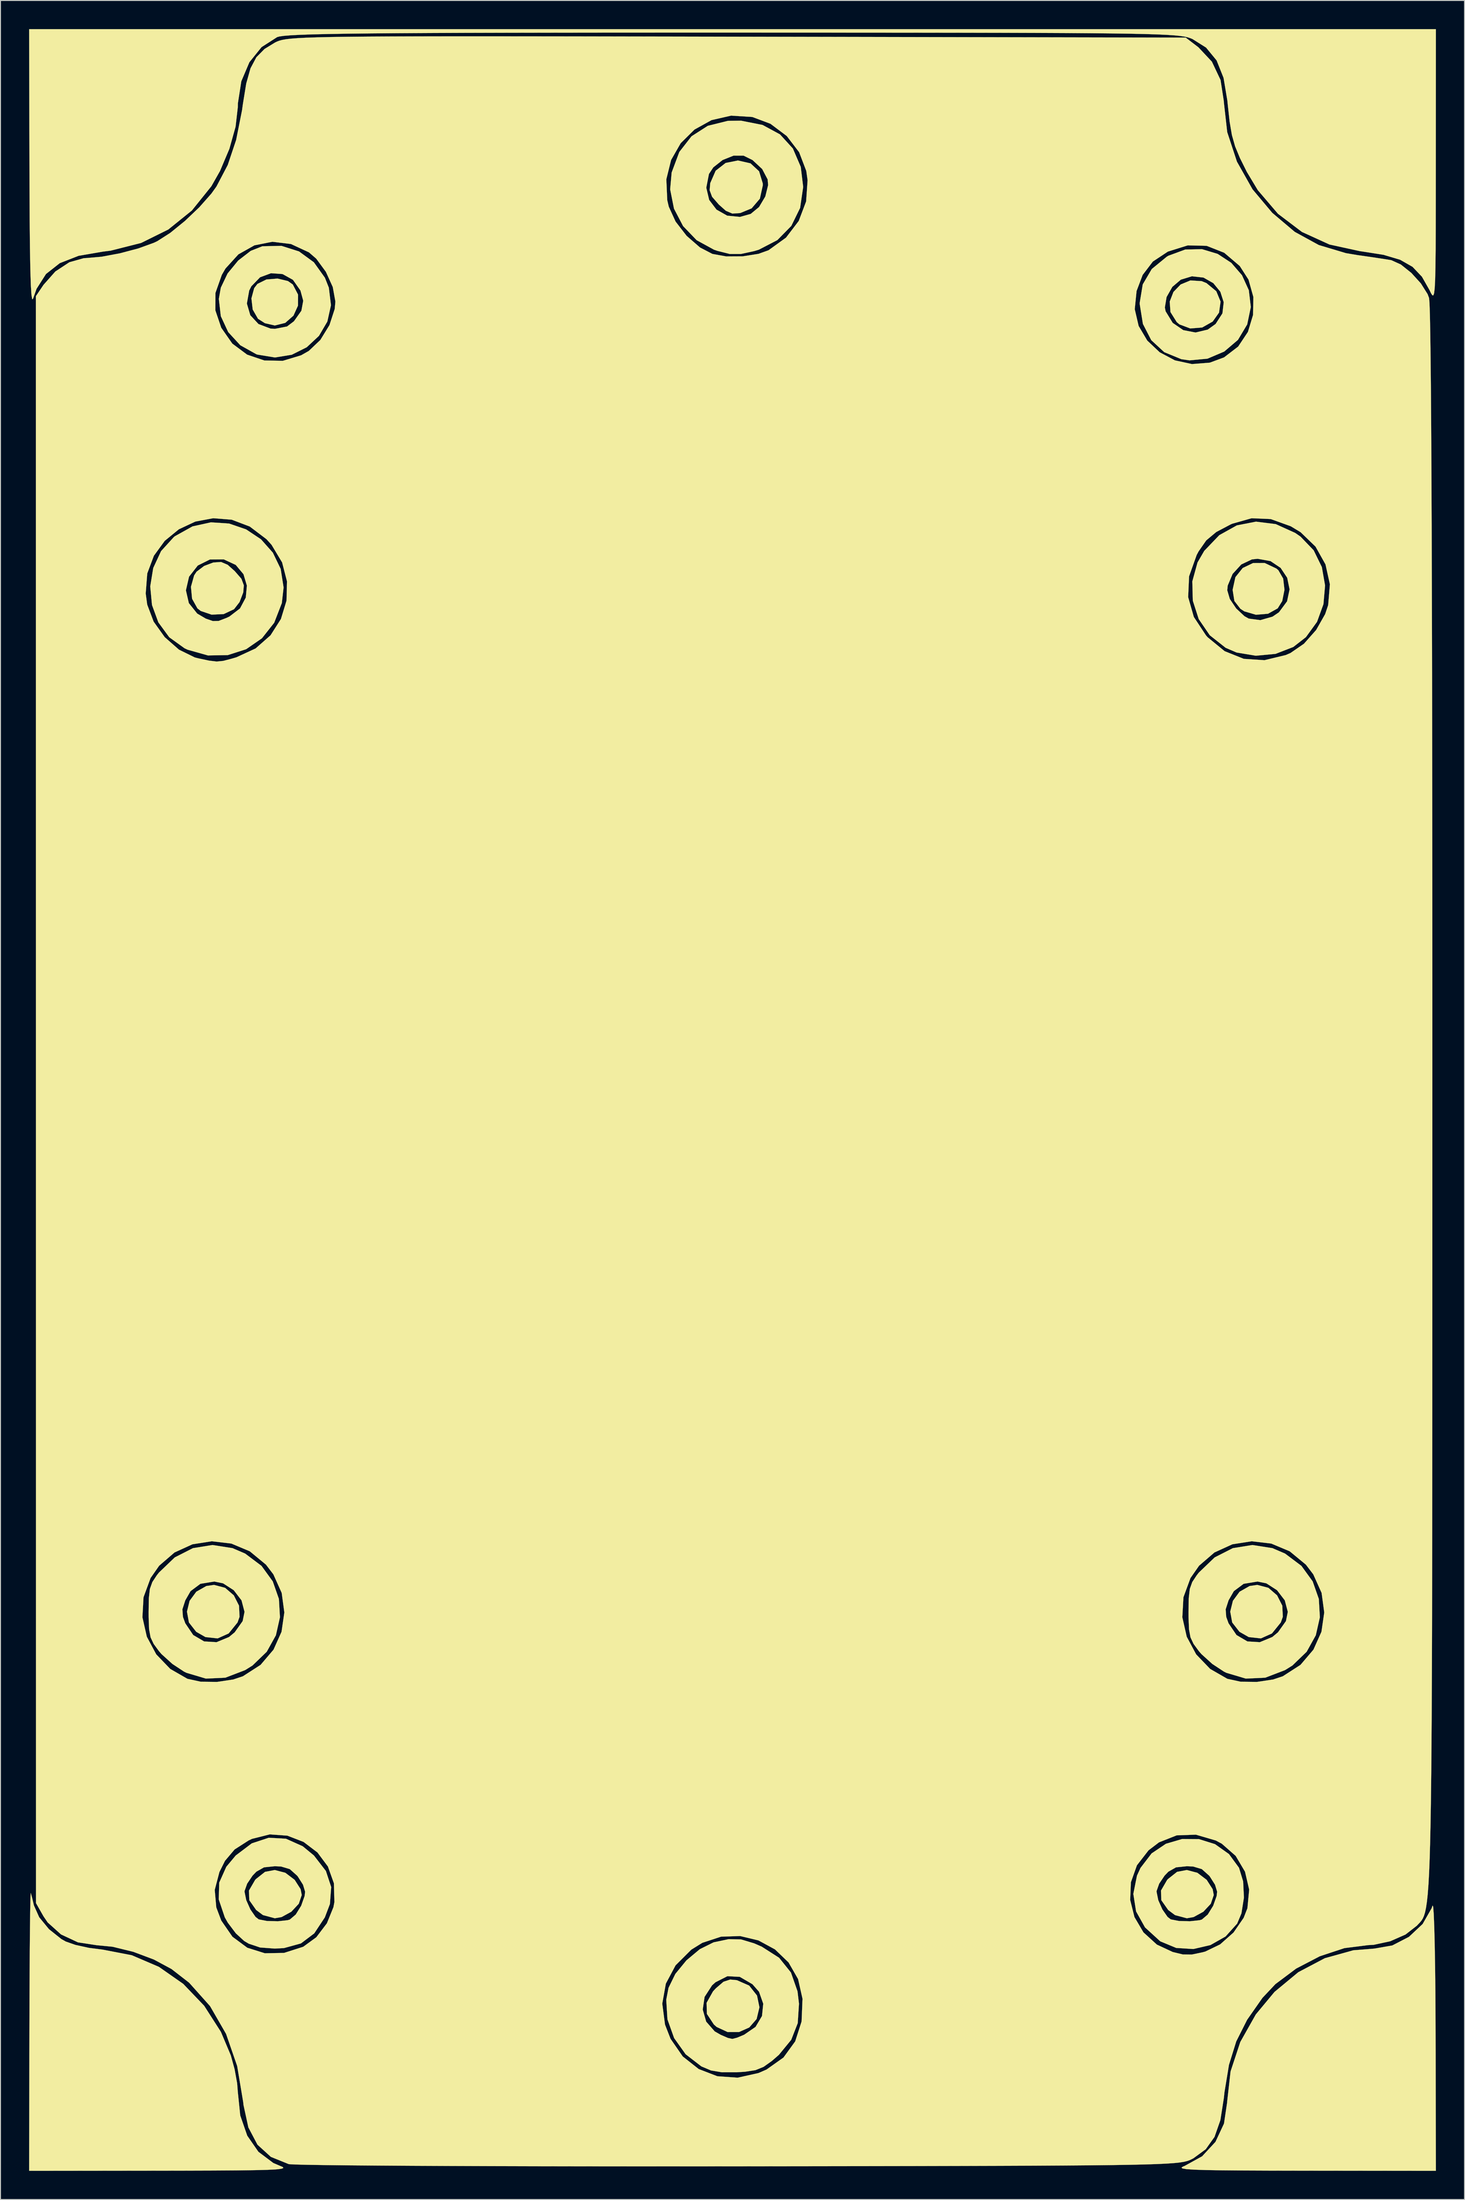
<source format=kicad_pcb>
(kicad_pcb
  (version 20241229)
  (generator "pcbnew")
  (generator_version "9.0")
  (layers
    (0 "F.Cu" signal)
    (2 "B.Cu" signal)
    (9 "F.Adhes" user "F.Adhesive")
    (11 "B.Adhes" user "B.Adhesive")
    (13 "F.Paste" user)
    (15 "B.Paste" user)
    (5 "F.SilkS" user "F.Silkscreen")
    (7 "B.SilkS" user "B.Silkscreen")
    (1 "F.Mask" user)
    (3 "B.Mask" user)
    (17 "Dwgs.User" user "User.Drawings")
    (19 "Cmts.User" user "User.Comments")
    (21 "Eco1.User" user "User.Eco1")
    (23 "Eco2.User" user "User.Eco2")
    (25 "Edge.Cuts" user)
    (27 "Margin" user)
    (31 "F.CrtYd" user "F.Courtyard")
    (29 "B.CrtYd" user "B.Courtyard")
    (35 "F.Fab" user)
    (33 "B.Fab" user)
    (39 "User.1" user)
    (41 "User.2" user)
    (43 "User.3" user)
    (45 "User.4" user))
  (footprint "traced box2"
    (layer "F.Cu")
    (at 73.736 112.188)
    (property "Reference" "traced box2" (at 0 0 0) (layer "F.SilkS") (effects (font (size 1.524 1.524) (thickness 0.3))))
    (attr through_hole)
    (fp_poly (pts (xy -53.189 51.106) (xy -52.276 51.895) (xy -51.731 52.972) (xy -51.675 54.142) (xy -51.886 54.736) (xy -52.815 55.886) (xy -53.972 56.406) (xy -55.247 56.268) (xy -56.22 55.713) (xy -56.981 54.74) (xy -57.188 53.6) (xy -56.91 52.468) (xy -56.211 51.516) (xy -55.157 50.917) (xy -54.347 50.8) (xy -53.189 51.106)) (stroke (width 0.01) (type solid)) (fill yes) (layer "F.SilkS"))
    (fp_poly (pts (xy -46.604 -85.795) (xy -46.092 -85.433) (xy -45.542 -84.375) (xy -45.547 -83.223) (xy -46.023 -82.171) (xy -46.885 -81.412) (xy -47.978 -81.139) (xy -49.014 -81.378) (xy -49.742 -81.844) (xy -50.296 -82.809) (xy -50.431 -83.979) (xy -50.141 -85.054) (xy -49.802 -85.494) (xy -48.863 -85.958) (xy -47.691 -86.056) (xy -46.604 -85.795)) (stroke (width 0.01) (type solid)) (fill yes) (layer "F.SilkS"))
    (fp_poly (pts (xy 49.18 -85.784) (xy 49.681 -85.58) (xy 50.712 -84.727) (xy 51.161 -83.641) (xy 50.999 -82.486) (xy 50.336 -81.553) (xy 49.233 -80.928) (xy 47.984 -80.827) (xy 46.851 -81.253) (xy 46.567 -81.492) (xy 45.909 -82.542) (xy 45.828 -83.641) (xy 46.219 -84.652) (xy 46.978 -85.437) (xy 48 -85.86) (xy 49.18 -85.784)) (stroke (width 0.01) (type solid)) (fill yes) (layer "F.SilkS"))
    (fp_poly (pts (xy 56.173 51.106) (xy 57.085 51.895) (xy 57.63 52.972) (xy 57.686 54.142) (xy 57.475 54.736) (xy 56.547 55.886) (xy 55.389 56.406) (xy 54.114 56.268) (xy 53.141 55.713) (xy 52.38 54.74) (xy 52.173 53.6) (xy 52.452 52.468) (xy 53.151 51.516) (xy 54.204 50.917) (xy 55.014 50.8) (xy 56.173 51.106)) (stroke (width 0.01) (type solid)) (fill yes) (layer "F.SilkS"))
    (fp_poly (pts (xy -46.875 80.96) (xy -45.9 81.697) (xy -45.273 82.675) (xy -45.156 83.291) (xy -45.466 84.204) (xy -46.245 85.038) (xy -47.267 85.599) (xy -47.978 85.725) (xy -49.216 85.395) (xy -49.934 84.859) (xy -50.652 83.838) (xy -50.691 82.824) (xy -50.05 81.719) (xy -49.974 81.629) (xy -49.002 80.861) (xy -47.978 80.669) (xy -46.875 80.96)) (stroke (width 0.01) (type solid)) (fill yes) (layer "F.SilkS"))
    (fp_poly (pts (xy 0.455 92.211) (xy 1.746 92.777) (xy 2.568 93.817) (xy 2.822 95.051) (xy 2.527 96.279) (xy 1.756 97.165) (xy 0.685 97.643) (xy -0.513 97.646) (xy -1.664 97.111) (xy -1.956 96.854) (xy -2.688 95.741) (xy -2.717 94.58) (xy -2.047 93.386) (xy -1.75 93.065) (xy -0.946 92.375) (xy -0.246 92.144) (xy 0.455 92.211)) (stroke (width 0.01) (type solid)) (fill yes) (layer "F.SilkS"))
    (fp_poly (pts (xy 1.884 -98.126) (xy 2.784 -97.296) (xy 3.168 -96.036) (xy 3.175 -95.818) (xy 2.868 -94.423) (xy 2.006 -93.413) (xy 0.808 -92.917) (xy -0.014 -92.862) (xy -0.699 -93.155) (xy -1.438 -93.812) (xy -2.144 -94.623) (xy -2.397 -95.308) (xy -2.333 -96.058) (xy -1.767 -97.352) (xy -0.718 -98.169) (xy 0.568 -98.425) (xy 1.884 -98.126)) (stroke (width 0.01) (type solid)) (fill yes) (layer "F.SilkS"))
    (fp_poly (pts (xy 48.727 80.96) (xy 49.702 81.697) (xy 50.33 82.675) (xy 50.447 83.291) (xy 50.137 84.204) (xy 49.358 85.038) (xy 48.336 85.599) (xy 47.625 85.725) (xy 46.387 85.395) (xy 45.669 84.859) (xy 44.951 83.838) (xy 44.912 82.824) (xy 45.552 81.719) (xy 45.629 81.629) (xy 46.6 80.861) (xy 47.625 80.669) (xy 48.727 80.96)) (stroke (width 0.01) (type solid)) (fill yes) (layer "F.SilkS"))
    (fp_poly (pts (xy 57.004 -55.68) (xy 57.215 -55.504) (xy 57.723 -54.625) (xy 57.859 -53.449) (xy 57.626 -52.274) (xy 57.15 -51.506) (xy 56.134 -50.94) (xy 54.87 -50.834) (xy 53.645 -51.192) (xy 53.238 -51.46) (xy 52.608 -52.274) (xy 52.423 -53.446) (xy 52.715 -54.775) (xy 53.482 -55.733) (xy 54.561 -56.25) (xy 55.789 -56.256) (xy 57.004 -55.68)) (stroke (width 0.01) (type solid)) (fill yes) (layer "F.SilkS"))
    (fp_poly (pts (xy -52.924 -56.07) (xy -52.184 -55.413) (xy -51.478 -54.602) (xy -51.225 -53.917) (xy -51.289 -53.167) (xy -51.675 -52.163) (xy -52.251 -51.417) (xy -53.337 -50.905) (xy -54.603 -50.845) (xy -55.744 -51.232) (xy -56.092 -51.506) (xy -56.652 -52.511) (xy -56.77 -53.765) (xy -56.437 -54.958) (xy -56.18 -55.346) (xy -55.388 -55.948) (xy -54.43 -56.308) (xy -53.609 -56.363) (xy -52.924 -56.07)) (stroke (width 0.01) (type solid)) (fill yes) (layer "F.SilkS"))
    (fp_poly (pts (xy 73.446 84.514) (xy 73.506 85.281) (xy 73.56 86.626) (xy 73.608 88.483) (xy 73.648 90.789) (xy 73.678 93.48) (xy 73.696 96.491) (xy 73.7 97.808) (xy 73.731 112.183) (xy 59.884 112.168) (xy 56.392 112.162) (xy 53.551 112.15) (xy 51.305 112.131) (xy 49.598 112.102) (xy 48.376 112.061) (xy 47.583 112.007) (xy 47.163 111.935) (xy 47.063 111.845) (xy 47.225 111.735) (xy 47.394 111.669) (xy 49.227 110.661) (xy 50.623 109.151) (xy 51.519 107.234) (xy 51.85 105.006) (xy 51.851 104.937) (xy 52.209 101.769) (xy 53.227 98.685) (xy 54.857 95.794) (xy 56.815 93.439) (xy 59.309 91.373) (xy 62.091 89.907) (xy 65.072 89.079) (xy 67.287 88.9) (xy 69.165 88.571) (xy 70.908 87.67) (xy 72.34 86.326) (xy 73.288 84.668) (xy 73.382 84.387) (xy 73.446 84.514)) (stroke (width 0.01) (type solid)) (fill yes) (layer "F.SilkS"))
    (fp_poly (pts (xy -45.441 -88.897) (xy -43.883 -87.759) (xy -42.728 -86.144) (xy -42.315 -85.099) (xy -42.093 -83.264) (xy -42.472 -81.55) (xy -43.351 -80.052) (xy -44.626 -78.862) (xy -46.196 -78.076) (xy -47.957 -77.787) (xy -49.806 -78.09) (xy -49.918 -78.129) (xy -51.597 -79.069) (xy -52.864 -80.446) (xy -53.639 -82.113) (xy -53.79 -83.436) (xy -50.907 -83.436) (xy -50.549 -82.214) (xy -49.69 -81.29) (xy -48.434 -80.817) (xy -47.978 -80.786) (xy -46.696 -81.035) (xy -45.975 -81.58) (xy -45.192 -82.687) (xy -45 -83.73) (xy -45.292 -84.802) (xy -46.078 -85.921) (xy -47.166 -86.526) (xy -48.376 -86.615) (xy -49.526 -86.188) (xy -50.437 -85.247) (xy -50.663 -84.802) (xy -50.907 -83.436) (xy -53.79 -83.436) (xy -53.846 -83.923) (xy -53.64 -85.099) (xy -52.928 -86.591) (xy -51.818 -87.941) (xy -50.499 -88.96) (xy -49.283 -89.439) (xy -47.282 -89.482) (xy -45.441 -88.897)) (stroke (width 0.01) (type solid)) (fill yes) (layer "F.SilkS"))
    (fp_poly (pts (xy 50.855 -88.639) (xy 52.285 -87.701) (xy 53.406 -86.404) (xy 54.121 -84.833) (xy 54.331 -83.075) (xy 53.952 -81.25) (xy 52.984 -79.632) (xy 51.545 -78.409) (xy 49.795 -77.664) (xy 47.896 -77.485) (xy 47.048 -77.608) (xy 45.256 -78.344) (xy 43.894 -79.602) (xy 43.019 -81.303) (xy 42.742 -83.029) (xy 45.32 -83.029) (xy 45.399 -82.628) (xy 46.145 -81.41) (xy 47.25 -80.653) (xy 48.533 -80.404) (xy 49.815 -80.708) (xy 50.64 -81.299) (xy 51.356 -82.41) (xy 51.489 -83.576) (xy 51.137 -84.673) (xy 50.398 -85.575) (xy 49.371 -86.157) (xy 48.154 -86.293) (xy 46.996 -85.941) (xy 46.105 -85.184) (xy 45.502 -84.122) (xy 45.32 -83.029) (xy 42.742 -83.029) (xy 42.687 -83.372) (xy 42.686 -83.521) (xy 43.002 -85.447) (xy 43.949 -87.057) (xy 45.524 -88.348) (xy 45.695 -88.448) (xy 47.462 -89.098) (xy 49.215 -89.134) (xy 50.855 -88.639)) (stroke (width 0.01) (type solid)) (fill yes) (layer "F.SilkS"))
    (fp_poly (pts (xy -73.398 83.668) (xy -73.232 84.375) (xy -72.676 85.619) (xy -71.65 86.869) (xy -70.351 87.904) (xy -69.894 88.161) (xy -68.883 88.515) (xy -67.476 88.822) (xy -66.025 89.009) (xy -62.971 89.597) (xy -60.13 90.814) (xy -57.575 92.6) (xy -55.383 94.891) (xy -53.629 97.626) (xy -52.591 100.09) (xy -52.193 101.544) (xy -51.927 103.017) (xy -51.858 103.902) (xy -51.603 106.381) (xy -50.867 108.504) (xy -49.696 110.191) (xy -48.135 111.363) (xy -47.449 111.657) (xy -47.152 111.782) (xy -47.078 111.884) (xy -47.284 111.967) (xy -47.824 112.031) (xy -48.756 112.08) (xy -50.133 112.115) (xy -52.012 112.14) (xy -54.448 112.155) (xy -57.498 112.164) (xy -59.884 112.168) (xy -73.731 112.183) (xy -73.703 97.455) (xy -73.694 94.325) (xy -73.681 91.438) (xy -73.664 88.865) (xy -73.643 86.678) (xy -73.621 84.947) (xy -73.596 83.742) (xy -73.571 83.135) (xy -73.557 83.079) (xy -73.398 83.668)) (stroke (width 0.01) (type solid)) (fill yes) (layer "F.SilkS"))
    (fp_poly (pts (xy 3.152 -102.148) (xy 4.978 -101.159) (xy 6.328 -99.678) (xy 7.154 -97.758) (xy 7.408 -95.654) (xy 7.086 -93.455) (xy 6.163 -91.571) (xy 4.701 -90.086) (xy 2.766 -89.082) (xy 2.293 -88.937) (xy 0.871 -88.629) (xy -0.293 -88.63) (xy -1.581 -88.954) (xy -1.94 -89.077) (xy -3.758 -90.072) (xy -5.183 -91.554) (xy -6.136 -93.377) (xy -6.536 -95.396) (xy -6.521 -95.573) (xy -2.75 -95.573) (xy -2.446 -94.29) (xy -1.676 -93.276) (xy -0.56 -92.646) (xy 0.782 -92.514) (xy 1.907 -92.829) (xy 2.78 -93.548) (xy 3.438 -94.654) (xy 3.732 -95.847) (xy 3.684 -96.438) (xy 3.108 -97.531) (xy 2.097 -98.47) (xy 1.156 -98.934) (xy 0.11 -98.933) (xy -1.036 -98.475) (xy -2.013 -97.704) (xy -2.47 -97.012) (xy -2.75 -95.573) (xy -6.521 -95.573) (xy -6.38 -97.169) (xy -5.576 -99.32) (xy -4.296 -100.961) (xy -2.589 -102.058) (xy -0.501 -102.575) (xy 0.9 -102.593) (xy 3.152 -102.148)) (stroke (width 0.01) (type solid)) (fill yes) (layer "F.SilkS"))
    (fp_poly (pts (xy 56.943 -60.331) (xy 58.979 -59.409) (xy 59.535 -59.026) (xy 60.92 -57.587) (xy 61.777 -55.832) (xy 62.115 -53.903) (xy 61.944 -51.942) (xy 61.272 -50.091) (xy 60.109 -48.49) (xy 58.785 -47.458) (xy 56.921 -46.736) (xy 54.856 -46.542) (xy 52.839 -46.878) (xy 51.692 -47.372) (xy 50.028 -48.686) (xy 48.871 -50.377) (xy 48.25 -52.305) (xy 48.222 -53.405) (xy 51.86 -53.405) (xy 52.128 -52.49) (xy 52.8 -51.491) (xy 53.668 -50.682) (xy 54.112 -50.433) (xy 55.33 -50.271) (xy 56.606 -50.636) (xy 57.279 -51.092) (xy 58.13 -52.241) (xy 58.394 -53.495) (xy 58.144 -54.71) (xy 57.454 -55.745) (xy 56.396 -56.455) (xy 55.044 -56.698) (xy 54.444 -56.633) (xy 53.33 -56.104) (xy 52.421 -55.11) (xy 51.91 -53.892) (xy 51.86 -53.405) (xy 48.222 -53.405) (xy 48.198 -54.329) (xy 48.744 -56.312) (xy 49.447 -57.526) (xy 51.025 -59.172) (xy 52.866 -60.198) (xy 54.872 -60.589) (xy 56.943 -60.331)) (stroke (width 0.01) (type solid)) (fill yes) (layer "F.SilkS"))
    (fp_poly (pts (xy -52.77 -60.391) (xy -50.988 -59.779) (xy -49.427 -58.741) (xy -48.185 -57.34) (xy -47.363 -55.638) (xy -47.058 -53.696) (xy -47.243 -52.056) (xy -48.041 -49.999) (xy -49.325 -48.372) (xy -50.984 -47.224) (xy -52.909 -46.607) (xy -54.989 -46.572) (xy -57.115 -47.17) (xy -57.443 -47.324) (xy -59.045 -48.477) (xy -60.186 -50.035) (xy -60.854 -51.858) (xy -60.999 -53.395) (xy -57.298 -53.395) (xy -56.99 -52.055) (xy -56.112 -50.958) (xy -55.21 -50.428) (xy -54.473 -50.176) (xy -53.87 -50.188) (xy -53.072 -50.492) (xy -52.738 -50.648) (xy -51.627 -51.498) (xy -51.022 -52.634) (xy -50.906 -53.885) (xy -51.263 -55.083) (xy -52.074 -56.055) (xy -53.325 -56.633) (xy -53.329 -56.634) (xy -54.785 -56.623) (xy -56.053 -55.993) (xy -56.963 -54.829) (xy -56.97 -54.815) (xy -57.298 -53.395) (xy -60.999 -53.395) (xy -61.038 -53.803) (xy -60.724 -55.733) (xy -59.901 -57.505) (xy -58.557 -58.981) (xy -58.455 -59.061) (xy -56.603 -60.094) (xy -54.675 -60.517) (xy -52.77 -60.391)) (stroke (width 0.01) (type solid)) (fill yes) (layer "F.SilkS"))
    (fp_poly (pts (xy 48.895 77.433) (xy 50.577 77.959) (xy 52.041 78.998) (xy 53.093 80.434) (xy 53.527 81.862) (xy 53.609 83.56) (xy 53.349 85.209) (xy 52.899 86.283) (xy 51.687 87.631) (xy 50.098 88.532) (xy 48.311 88.947) (xy 46.508 88.834) (xy 44.869 88.153) (xy 44.799 88.106) (xy 43.24 86.683) (xy 42.304 85.009) (xy 42.015 83.173) (xy 42.061 82.94) (xy 44.45 82.94) (xy 44.629 83.826) (xy 45.065 84.806) (xy 45.606 85.584) (xy 45.942 85.842) (xy 46.804 86.009) (xy 47.946 86.038) (xy 48.956 85.929) (xy 49.197 85.859) (xy 49.816 85.335) (xy 50.387 84.412) (xy 50.749 83.388) (xy 50.8 82.94) (xy 50.578 82.209) (xy 50.037 81.353) (xy 49.955 81.255) (xy 49.192 80.574) (xy 48.277 80.302) (xy 47.625 80.273) (xy 46.493 80.39) (xy 45.694 80.841) (xy 45.295 81.255) (xy 44.726 82.1) (xy 44.454 82.867) (xy 44.45 82.94) (xy 42.061 82.94) (xy 42.396 81.262) (xy 42.765 80.452) (xy 43.932 78.929) (xy 45.434 77.918) (xy 47.135 77.42) (xy 48.895 77.433)) (stroke (width 0.01) (type solid)) (fill yes) (layer "F.SilkS"))
    (fp_poly (pts (xy -52.413 46.949) (xy -51.086 47.519) (xy -49.373 48.807) (xy -48.194 50.43) (xy -47.55 52.266) (xy -47.44 54.19) (xy -47.864 56.077) (xy -48.823 57.803) (xy -50.316 59.244) (xy -51.086 59.725) (xy -53.163 60.522) (xy -55.202 60.617) (xy -57.235 60.012) (xy -57.496 59.884) (xy -58.712 59.083) (xy -59.854 58.051) (xy -60.128 57.735) (xy -60.68 56.982) (xy -61.003 56.295) (xy -61.158 55.444) (xy -61.205 54.199) (xy -61.207 53.622) (xy -61.203 53.361) (xy -57.667 53.361) (xy -57.609 54.151) (xy -57.364 54.821) (xy -56.531 56.053) (xy -55.389 56.722) (xy -54.088 56.801) (xy -52.78 56.261) (xy -52.184 55.766) (xy -51.349 54.591) (xy -51.153 53.622) (xy -51.47 52.418) (xy -52.287 51.355) (xy -53.4 50.637) (xy -54.324 50.447) (xy -55.781 50.687) (xy -56.808 51.452) (xy -57.361 52.416) (xy -57.667 53.361) (xy -61.203 53.361) (xy -61.184 52.183) (xy -61.074 51.219) (xy -60.817 50.501) (xy -60.353 49.797) (xy -60.128 49.51) (xy -58.469 47.921) (xy -56.564 46.951) (xy -54.513 46.62) (xy -52.413 46.949)) (stroke (width 0.01) (type solid)) (fill yes) (layer "F.SilkS"))
    (fp_poly (pts (xy -46.813 77.391) (xy -45.055 78.179) (xy -43.878 79.149) (xy -42.624 80.771) (xy -42.068 82.454) (xy -42.204 84.239) (xy -42.735 85.632) (xy -43.843 87.306) (xy -45.24 88.36) (xy -47.016 88.849) (xy -47.978 88.9) (xy -49.525 88.786) (xy -50.701 88.393) (xy -51.189 88.106) (xy -52.064 87.304) (xy -52.909 86.183) (xy -53.221 85.632) (xy -53.856 83.746) (xy -53.833 82.94) (xy -51.153 82.94) (xy -50.974 83.826) (xy -50.537 84.806) (xy -49.996 85.584) (xy -49.661 85.842) (xy -48.799 86.009) (xy -47.657 86.038) (xy -46.647 85.929) (xy -46.406 85.859) (xy -45.787 85.335) (xy -45.215 84.412) (xy -44.854 83.388) (xy -44.803 82.94) (xy -45.024 82.209) (xy -45.566 81.353) (xy -45.647 81.255) (xy -46.411 80.574) (xy -47.326 80.302) (xy -47.978 80.273) (xy -49.11 80.39) (xy -49.909 80.841) (xy -50.308 81.255) (xy -50.877 82.1) (xy -51.149 82.867) (xy -51.153 82.94) (xy -53.833 82.94) (xy -53.806 81.992) (xy -53.063 80.33) (xy -52.078 79.149) (xy -50.392 77.876) (xy -48.615 77.29) (xy -46.813 77.391)) (stroke (width 0.01) (type solid)) (fill yes) (layer "F.SilkS"))
    (fp_poly (pts (xy 56.595 46.949) (xy 57.922 47.519) (xy 59.636 48.807) (xy 60.814 50.43) (xy 61.459 52.266) (xy 61.569 54.19) (xy 61.144 56.077) (xy 60.186 57.803) (xy 58.692 59.244) (xy 57.922 59.725) (xy 55.845 60.522) (xy 53.806 60.617) (xy 51.773 60.012) (xy 51.513 59.884) (xy 50.296 59.083) (xy 49.155 58.051) (xy 48.88 57.735) (xy 48.328 56.982) (xy 48.005 56.295) (xy 47.85 55.444) (xy 47.803 54.199) (xy 47.801 53.622) (xy 47.806 53.361) (xy 51.694 53.361) (xy 51.753 54.151) (xy 51.997 54.821) (xy 52.83 56.053) (xy 53.972 56.722) (xy 55.273 56.801) (xy 56.581 56.261) (xy 57.177 55.766) (xy 58.013 54.591) (xy 58.208 53.622) (xy 57.891 52.418) (xy 57.075 51.355) (xy 55.961 50.637) (xy 55.037 50.447) (xy 53.58 50.687) (xy 52.553 51.452) (xy 52 52.416) (xy 51.694 53.361) (xy 47.806 53.361) (xy 47.825 52.183) (xy 47.935 51.219) (xy 48.191 50.501) (xy 48.656 49.797) (xy 48.88 49.51) (xy 50.539 47.921) (xy 52.444 46.951) (xy 54.495 46.62) (xy 56.595 46.949)) (stroke (width 0.01) (type solid)) (fill yes) (layer "F.SilkS"))
    (fp_poly (pts (xy 0.893 87.94) (xy 2.266 88.351) (xy 3.064 88.7) (xy 4.884 89.863) (xy 6.124 91.407) (xy 6.813 93.373) (xy 6.968 94.674) (xy 6.836 96.716) (xy 6.156 98.456) (xy 4.864 100.031) (xy 4.125 100.674) (xy 3.258 101.29) (xy 2.405 101.637) (xy 1.286 101.807) (xy 0.421 101.858) (xy -1.122 101.859) (xy -2.255 101.67) (xy -3.26 101.244) (xy -3.269 101.239) (xy -4.914 99.972) (xy -6.121 98.277) (xy -6.821 96.317) (xy -6.884 95.292) (xy -3.122 95.292) (xy -2.758 96.557) (xy -1.866 97.576) (xy -1.243 97.933) (xy -0.479 98.264) (xy -0.015 98.365) (xy 0.485 98.233) (xy 1.218 97.926) (xy 2.413 97.104) (xy 3.091 95.963) (xy 3.221 94.677) (xy 2.777 93.42) (xy 2.09 92.636) (xy 0.763 91.863) (xy -0.534 91.793) (xy -1.781 92.426) (xy -2.144 92.753) (xy -2.928 93.963) (xy -3.122 95.292) (xy -6.884 95.292) (xy -6.947 94.258) (xy -6.708 93.012) (xy -5.993 91.553) (xy -4.831 90.134) (xy -3.431 88.965) (xy -2.004 88.256) (xy -1.939 88.237) (xy -0.4 87.912) (xy 0.893 87.94)) (stroke (width 0.01) (type solid)) (fill yes) (layer "F.SilkS"))
    (fp_poly (pts (xy 73.723 -97.808) (xy 73.72 -94.252) (xy 73.715 -91.344) (xy 73.704 -89.027) (xy 73.684 -87.243) (xy 73.653 -85.935) (xy 73.607 -85.045) (xy 73.544 -84.515) (xy 73.46 -84.289) (xy 73.353 -84.309) (xy 73.22 -84.517) (xy 73.064 -84.843) (xy 72.268 -86.247) (xy 71.282 -87.284) (xy 69.981 -88.025) (xy 68.237 -88.542) (xy 65.925 -88.905) (xy 65.794 -88.92) (xy 62.578 -89.621) (xy 59.693 -90.937) (xy 57.175 -92.844) (xy 55.062 -95.315) (xy 53.913 -97.23) (xy 53.186 -98.69) (xy 52.685 -99.902) (xy 52.347 -101.094) (xy 52.108 -102.496) (xy 51.907 -104.337) (xy 51.874 -104.682) (xy 51.474 -107.079) (xy 50.744 -108.909) (xy 49.639 -110.253) (xy 48.219 -111.145) (xy 47.989 -111.241) (xy 47.718 -111.327) (xy 47.372 -111.405) (xy 46.912 -111.473) (xy 46.303 -111.534) (xy 45.508 -111.587) (xy 44.49 -111.633) (xy 43.213 -111.673) (xy 41.64 -111.706) (xy 39.735 -111.734) (xy 37.462 -111.757) (xy 34.783 -111.776) (xy 31.663 -111.79) (xy 28.064 -111.801) (xy 23.951 -111.809) (xy 19.286 -111.815) (xy 14.033 -111.819) (xy 8.156 -111.821) (xy 1.618 -111.823) (xy 0.077 -111.823) (xy -6.796 -111.823) (xy -12.996 -111.821) (xy -18.557 -111.815) (xy -23.512 -111.807) (xy -27.894 -111.796) (xy -31.736 -111.78) (xy -35.071 -111.761) (xy -37.932 -111.737) (xy -40.352 -111.709) (xy -42.365 -111.675) (xy -44.003 -111.637) (xy -45.3 -111.592) (xy -46.289 -111.542) (xy -47.003 -111.485) (xy -47.474 -111.421) (xy -47.73 -111.354) (xy -49.368 -110.302) (xy -50.641 -108.722) (xy -51.489 -106.726) (xy -51.848 -104.422) (xy -51.856 -104.018) (xy -52.093 -101.956) (xy -52.742 -99.641) (xy -53.722 -97.325) (xy -54.627 -95.729) (xy -56.671 -93.186) (xy -59.141 -91.196) (xy -61.995 -89.785) (xy -65.19 -88.977) (xy -66.002 -88.876) (xy -68.551 -88.438) (xy -70.518 -87.67) (xy -71.964 -86.533) (xy -72.951 -84.984) (xy -73.316 -83.961) (xy -73.409 -83.876) (xy -73.488 -84.343) (xy -73.554 -85.387) (xy -73.606 -87.032) (xy -73.647 -89.3) (xy -73.676 -92.217) (xy -73.694 -95.805) (xy -73.699 -97.455) (xy -73.731 -112.183) (xy 73.731 -112.183) (xy 73.723 -97.808)) (stroke (width 0.01) (type solid)) (fill yes) (layer "F.SilkS"))
    (fp_poly (pts (xy -21.124 -111.43) (xy -16.135 -111.424) (xy -10.538 -111.414) (xy -4.298 -111.403) (xy 0.462 -111.393) (xy 47.504 -111.301) (xy 48.837 -110.284) (xy 50.25 -108.778) (xy 51.158 -106.859) (xy 51.497 -104.665) (xy 51.498 -104.585) (xy 51.857 -101.397) (xy 52.877 -98.302) (xy 54.512 -95.404) (xy 56.578 -92.942) (xy 58.938 -90.947) (xy 61.456 -89.568) (xy 64.308 -88.716) (xy 65.511 -88.514) (xy 66.937 -88.311) (xy 68.178 -88.124) (xy 68.993 -87.991) (xy 69.065 -87.978) (xy 70.055 -87.529) (xy 71.154 -86.651) (xy 72.157 -85.548) (xy 72.863 -84.425) (xy 73.016 -84.015) (xy 73.061 -83.494) (xy 73.103 -82.27) (xy 73.142 -80.342) (xy 73.177 -77.714) (xy 73.21 -74.385) (xy 73.239 -70.357) (xy 73.265 -65.632) (xy 73.288 -60.211) (xy 73.308 -54.095) (xy 73.325 -47.285) (xy 73.338 -39.784) (xy 73.349 -31.592) (xy 73.356 -22.711) (xy 73.36 -13.141) (xy 73.361 -2.885) (xy 73.36 0.176) (xy 73.359 9.29) (xy 73.358 17.725) (xy 73.356 25.508) (xy 73.354 32.665) (xy 73.35 39.224) (xy 73.345 45.212) (xy 73.337 50.655) (xy 73.326 55.579) (xy 73.312 60.012) (xy 73.294 63.981) (xy 73.271 67.512) (xy 73.244 70.632) (xy 73.211 73.367) (xy 73.173 75.746) (xy 73.128 77.793) (xy 73.076 79.537) (xy 73.017 81.004) (xy 72.95 82.22) (xy 72.874 83.213) (xy 72.789 84.009) (xy 72.695 84.635) (xy 72.592 85.118) (xy 72.477 85.485) (xy 72.352 85.761) (xy 72.215 85.975) (xy 72.067 86.153) (xy 71.906 86.322) (xy 71.736 86.504) (xy 70.548 87.428) (xy 68.945 88.134) (xy 67.211 88.508) (xy 66.624 88.539) (xy 64.143 88.853) (xy 61.563 89.705) (xy 59.084 90.995) (xy 56.909 92.623) (xy 55.552 94.063) (xy 53.947 96.356) (xy 52.805 98.622) (xy 52.04 101.083) (xy 51.567 103.962) (xy 51.506 104.545) (xy 51.141 106.872) (xy 50.527 108.629) (xy 49.604 109.925) (xy 48.315 110.869) (xy 48.097 110.982) (xy 47.884 111.079) (xy 47.629 111.166) (xy 47.297 111.244) (xy 46.85 111.314) (xy 46.252 111.375) (xy 45.467 111.429) (xy 44.457 111.476) (xy 43.186 111.517) (xy 41.617 111.552) (xy 39.714 111.582) (xy 37.439 111.607) (xy 34.757 111.628) (xy 31.629 111.646) (xy 28.021 111.66) (xy 23.895 111.672) (xy 19.214 111.683) (xy 13.941 111.692) (xy 8.041 111.7) (xy 1.475 111.708) (xy 0.706 111.709) (xy -4.957 111.713) (xy -10.438 111.714) (xy -15.693 111.71) (xy -20.682 111.702) (xy -25.359 111.69) (xy -29.683 111.675) (xy -33.612 111.657) (xy -37.101 111.635) (xy -40.109 111.611) (xy -42.593 111.583) (xy -44.509 111.554) (xy -45.815 111.522) (xy -46.469 111.488) (xy -46.523 111.48) (xy -48.391 110.723) (xy -49.798 109.445) (xy -50.752 107.635) (xy -51.262 105.283) (xy -51.291 104.995) (xy -51.924 101.206) (xy -53.088 97.84) (xy -54.772 94.921) (xy -54.997 94.67) (xy -7.364 94.67) (xy -7.075 96.868) (xy -6.496 98.353) (xy -5.215 100.203) (xy -3.543 101.522) (xy -1.589 102.274) (xy 0.537 102.425) (xy 2.723 101.939) (xy 3.572 101.568) (xy 5.34 100.315) (xy 6.57 98.623) (xy 7.241 96.533) (xy 7.338 94.16) (xy 6.872 92.092) (xy 5.871 90.35) (xy 4.449 88.985) (xy 2.72 88.047) (xy 0.798 87.586) (xy -1.202 87.653) (xy -3.167 88.298) (xy -4.323 89.015) (xy -5.967 90.654) (xy -6.988 92.569) (xy -7.364 94.67) (xy -54.997 94.67) (xy -56.961 92.475) (xy -58.812 91.04) (xy -60.654 90.049) (xy -62.809 89.241) (xy -64.979 88.71) (xy -66.657 88.547) (xy -68.617 88.247) (xy -70.392 87.417) (xy -71.792 86.159) (xy -72.225 85.522) (xy -73.013 84.138) (xy -73.013 82.752) (xy -54.276 82.752) (xy -54.114 84.584) (xy -53.592 85.964) (xy -52.418 87.661) (xy -50.861 88.813) (xy -49.026 89.389) (xy -47.015 89.355) (xy -44.998 88.709) (xy -43.629 87.713) (xy -42.52 86.252) (xy -41.834 84.561) (xy -41.733 84.027) (xy -41.739 83.806) (xy 41.685 83.806) (xy 42.134 85.6) (xy 43.078 87.203) (xy 44.483 88.483) (xy 46.14 89.257) (xy 47.208 89.515) (xy 48.132 89.527) (xy 49.278 89.288) (xy 49.557 89.212) (xy 51.112 88.462) (xy 52.52 87.215) (xy 53.58 85.679) (xy 53.975 84.668) (xy 54.158 82.724) (xy 53.722 80.845) (xy 52.742 79.189) (xy 51.292 77.916) (xy 50.659 77.578) (xy 48.574 76.968) (xy 46.563 77.037) (xy 44.704 77.773) (xy 43.613 78.604) (xy 42.393 80.176) (xy 41.761 81.954) (xy 41.685 83.806) (xy -41.739 83.806) (xy -41.784 82.06) (xy -42.413 80.302) (xy -43.51 78.831) (xy -44.964 77.728) (xy -46.665 77.07) (xy -48.504 76.936) (xy -50.371 77.406) (xy -50.726 77.574) (xy -52.192 78.515) (xy -53.199 79.704) (xy -53.785 80.876) (xy -54.276 82.752) (xy -73.013 82.752) (xy -73.015 54.191) (xy -61.857 54.191) (xy -61.395 56.229) (xy -60.406 58.078) (xy -58.937 59.605) (xy -57.139 60.638) (xy -55.74 60.943) (xy -54.031 60.963) (xy -52.342 60.711) (xy -51.326 60.373) (xy -49.473 59.18) (xy -48.114 57.584) (xy -47.274 55.711) (xy -47.053 54.191) (xy 47.151 54.191) (xy 47.613 56.229) (xy 48.602 58.078) (xy 50.071 59.605) (xy 51.869 60.638) (xy 53.268 60.943) (xy 54.977 60.963) (xy 56.666 60.711) (xy 57.682 60.373) (xy 59.535 59.18) (xy 60.894 57.584) (xy 61.734 55.711) (xy 62.028 53.688) (xy 61.751 51.64) (xy 60.876 49.692) (xy 60.103 48.679) (xy 58.408 47.281) (xy 56.472 46.47) (xy 54.426 46.23) (xy 52.397 46.546) (xy 50.515 47.404) (xy 48.908 48.789) (xy 48.007 50.081) (xy 47.267 52.097) (xy 47.151 54.191) (xy -47.053 54.191) (xy -46.98 53.688) (xy -47.257 51.64) (xy -48.132 49.692) (xy -48.906 48.679) (xy -50.601 47.281) (xy -52.536 46.47) (xy -54.583 46.23) (xy -56.612 46.546) (xy -58.494 47.404) (xy -60.1 48.789) (xy -61.001 50.081) (xy -61.742 52.097) (xy -61.857 54.191) (xy -73.015 54.191) (xy -73.019 -0.036) (xy -73.023 -53.062) (xy -61.512 -53.062) (xy -61.354 -51.895) (xy -60.681 -50.116) (xy -59.516 -48.486) (xy -58.024 -47.177) (xy -56.37 -46.365) (xy -56.05 -46.282) (xy -54.871 -46.029) (xy -54.081 -45.934) (xy -53.377 -46.003) (xy -52.459 -46.245) (xy -51.998 -46.381) (xy -49.992 -47.306) (xy -48.428 -48.682) (xy -47.338 -50.391) (xy -46.752 -52.312) (xy -46.743 -52.684) (xy 47.762 -52.684) (xy 48.358 -50.604) (xy 49.64 -48.663) (xy 49.812 -48.472) (xy 51.587 -47.02) (xy 53.595 -46.216) (xy 55.754 -46.074) (xy 57.982 -46.61) (xy 58.485 -46.825) (xy 59.902 -47.8) (xy 61.178 -49.239) (xy 62.123 -50.903) (xy 62.439 -51.847) (xy 62.62 -54.026) (xy 62.158 -56.11) (xy 61.113 -57.973) (xy 59.547 -59.485) (xy 58.516 -60.105) (xy 56.42 -60.859) (xy 54.417 -60.946) (xy 52.38 -60.37) (xy 52.217 -60.298) (xy 50.706 -59.501) (xy 49.661 -58.627) (xy 48.856 -57.471) (xy 48.655 -57.094) (xy 47.86 -54.862) (xy 47.762 -52.684) (xy -46.743 -52.684) (xy -46.701 -54.328) (xy -47.214 -56.318) (xy -48.322 -58.163) (xy -48.85 -58.747) (xy -50.605 -60.076) (xy -52.496 -60.793) (xy -54.429 -60.948) (xy -56.307 -60.596) (xy -58.035 -59.789) (xy -59.515 -58.579) (xy -60.652 -57.02) (xy -61.35 -55.163) (xy -61.512 -53.062) (xy -73.023 -53.062) (xy -73.025 -82.719) (xy -54.209 -82.719) (xy -53.592 -80.9) (xy -52.431 -79.239) (xy -50.879 -78.084) (xy -49.07 -77.472) (xy -47.139 -77.438) (xy -45.22 -78.017) (xy -44.416 -78.474) (xy -43.207 -79.623) (xy -42.25 -81.181) (xy -41.707 -82.846) (xy 42.164 -82.846) (xy 42.572 -81.09) (xy 43.477 -79.559) (xy 44.779 -78.332) (xy 46.374 -77.486) (xy 48.16 -77.098) (xy 50.036 -77.246) (xy 51.524 -77.797) (xy 53.004 -78.93) (xy 54.027 -80.466) (xy 54.567 -82.251) (xy 54.597 -84.128) (xy 54.09 -85.941) (xy 53.169 -87.373) (xy 51.538 -88.76) (xy 49.7 -89.484) (xy 47.719 -89.531) (xy 45.661 -88.888) (xy 45.622 -88.87) (xy 44.065 -87.84) (xy 42.994 -86.436) (xy 42.356 -84.752) (xy 42.164 -82.846) (xy -41.707 -82.846) (xy -41.701 -82.862) (xy -41.628 -83.645) (xy -41.903 -85.166) (xy -42.626 -86.762) (xy -43.639 -88.142) (xy -44.401 -88.8) (xy -46.288 -89.674) (xy -48.236 -89.909) (xy -50.115 -89.536) (xy -51.796 -88.591) (xy -53.149 -87.107) (xy -53.534 -86.441) (xy -54.204 -84.543) (xy -54.209 -82.719) (xy -73.025 -82.719) (xy -73.025 -84.21) (xy -72.223 -85.4) (xy -70.986 -86.795) (xy -69.515 -87.765) (xy -68.001 -88.191) (xy -67.769 -88.201) (xy -66.138 -88.342) (xy -64.205 -88.704) (xy -62.277 -89.215) (xy -60.66 -89.801) (xy -60.3 -89.971) (xy -58.942 -90.839) (xy -57.401 -92.091) (xy -55.892 -93.527) (xy -54.633 -94.95) (xy -54.099 -95.694) (xy -53.697 -96.459) (xy -6.937 -96.459) (xy -6.842 -94.275) (xy -6.681 -93.584) (xy -5.967 -92.025) (xy -4.808 -90.528) (xy -3.406 -89.31) (xy -2.113 -88.638) (xy -0.656 -88.375) (xy 1.066 -88.384) (xy 2.72 -88.644) (xy 3.774 -89.021) (xy 5.607 -90.343) (xy 6.941 -92.09) (xy 7.716 -94.137) (xy 7.87 -96.357) (xy 7.732 -97.33) (xy 6.983 -99.293) (xy 5.684 -100.988) (xy 3.977 -102.27) (xy 2.08 -102.982) (xy -0.149 -103.123) (xy -2.199 -102.655) (xy -3.985 -101.665) (xy -5.426 -100.243) (xy -6.437 -98.478) (xy -6.937 -96.459) (xy -53.697 -96.459) (xy -52.911 -97.958) (xy -52.033 -100.574) (xy -51.415 -103.689) (xy -51.326 -104.329) (xy -50.975 -106.489) (xy -50.528 -108.08) (xy -49.912 -109.241) (xy -49.058 -110.107) (xy -47.955 -110.784) (xy -47.747 -110.884) (xy -47.513 -110.974) (xy -47.217 -111.054) (xy -46.821 -111.125) (xy -46.29 -111.188) (xy -45.587 -111.242) (xy -44.676 -111.288) (xy -43.521 -111.327) (xy -42.085 -111.36) (xy -40.332 -111.385) (xy -38.226 -111.405) (xy -35.73 -111.419) (xy -32.808 -111.428) (xy -29.424 -111.433) (xy -25.541 -111.433) (xy -21.124 -111.43)) (stroke (width 0.01) (type solid)) (fill yes) (layer "F.SilkS")))
  (gr_rect
    (start -3 -3)
    (end 150.471 227.377)
    (stroke (width 0.1) (type default))
    (fill no)
    (layer "Edge.Cuts")))
</source>
